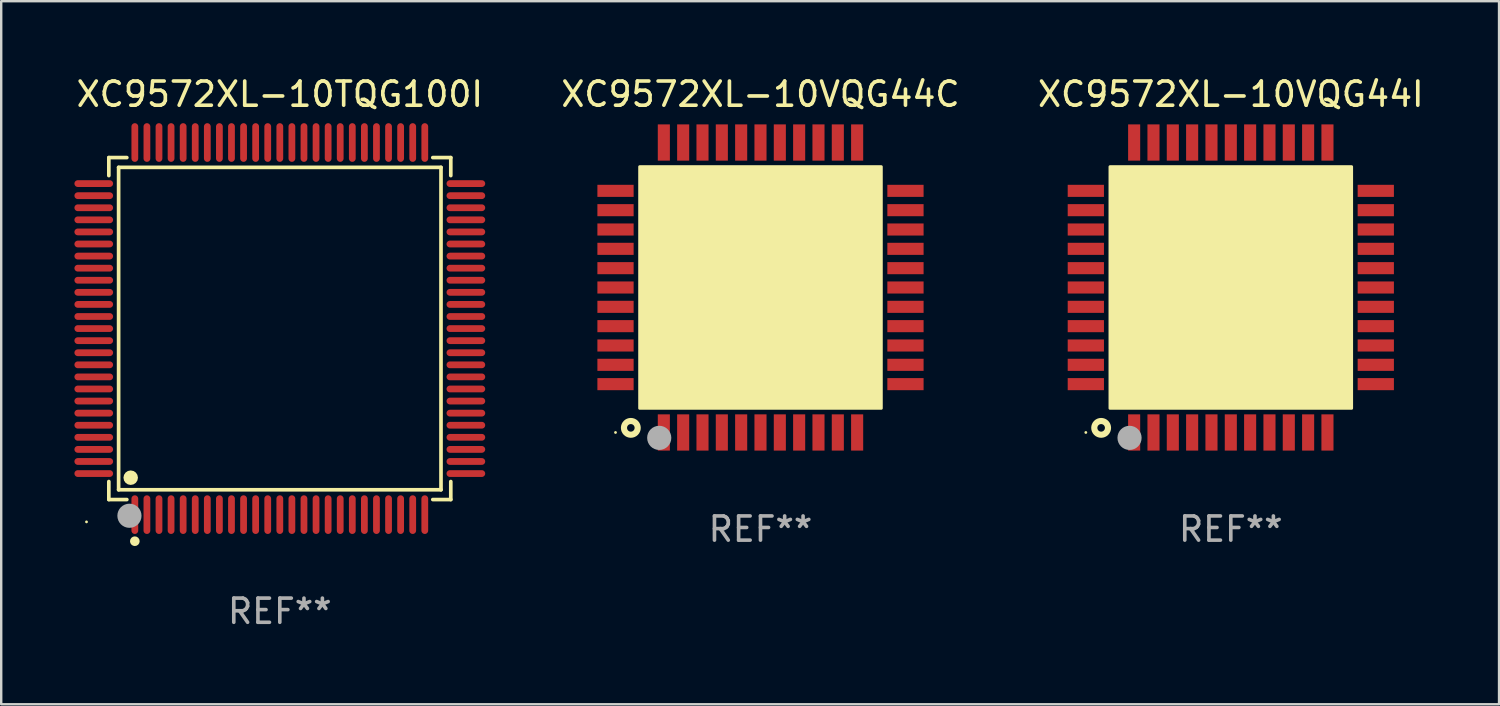
<source format=kicad_pcb>
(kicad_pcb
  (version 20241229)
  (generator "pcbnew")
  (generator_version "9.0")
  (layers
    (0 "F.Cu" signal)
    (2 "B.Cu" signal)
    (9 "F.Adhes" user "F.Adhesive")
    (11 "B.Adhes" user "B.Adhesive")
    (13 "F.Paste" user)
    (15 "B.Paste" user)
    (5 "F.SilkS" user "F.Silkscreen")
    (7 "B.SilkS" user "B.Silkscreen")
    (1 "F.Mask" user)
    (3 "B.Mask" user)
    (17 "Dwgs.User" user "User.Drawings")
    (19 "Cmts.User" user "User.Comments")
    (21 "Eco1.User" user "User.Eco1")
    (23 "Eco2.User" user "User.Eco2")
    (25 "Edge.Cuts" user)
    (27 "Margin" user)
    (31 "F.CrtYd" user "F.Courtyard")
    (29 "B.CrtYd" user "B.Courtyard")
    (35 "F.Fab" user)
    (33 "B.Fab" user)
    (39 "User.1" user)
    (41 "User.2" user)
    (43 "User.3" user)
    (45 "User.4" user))
  (footprint "XC9572XL-10VQG44C"
    (layer "F.Cu")
    (at 28.423 8.848)
    (property "Reference" "XC9572XL-10VQG44C" (at 0 -8 0) (layer "F.SilkS") (effects (font (size 1 1) (thickness 0.15))))
    (attr through_hole)
    (fp_circle (center -6 6) (end -5.97 6) (stroke (width 0.06) (type solid)) (fill no) (layer "F.SilkS"))
    (fp_circle (center -5.366 5.809) (end -5.082 5.809) (stroke (width 0.254) (type solid)) (fill no) (layer "F.SilkS"))
    (fp_poly (pts (xy -5 -5) (xy 5 -5) (xy 5 5) (xy -5 5)) (stroke (width 0.12) (type solid)) (fill yes) (layer "F.SilkS"))
    (fp_circle (center -4.191 6.223) (end -3.941 6.223) (stroke (width 0.5) (type solid)) (fill no) (layer "F.Fab"))
    (fp_text user "REF**" (at 0 10 0) (layer "F.Fab") (effects (font (size 1 1) (thickness 0.15))))
    (pad "1" smd rect (at -4 6 90) (size 1.5 0.5) (layers "F.Cu" "F.Mask" "F.Paste"))
    (pad "2" smd rect (at -3.2 6 90) (size 1.5 0.5) (layers "F.Cu" "F.Mask" "F.Paste"))
    (pad "3" smd rect (at -2.4 6 90) (size 1.5 0.5) (layers "F.Cu" "F.Mask" "F.Paste"))
    (pad "4" smd rect (at -1.6 6 90) (size 1.5 0.5) (layers "F.Cu" "F.Mask" "F.Paste"))
    (pad "5" smd rect (at -0.8 6 90) (size 1.5 0.5) (layers "F.Cu" "F.Mask" "F.Paste"))
    (pad "6" smd rect (at 0 6 90) (size 1.5 0.5) (layers "F.Cu" "F.Mask" "F.Paste"))
    (pad "7" smd rect (at 0.8 6 90) (size 1.5 0.5) (layers "F.Cu" "F.Mask" "F.Paste"))
    (pad "8" smd rect (at 1.6 6 90) (size 1.5 0.5) (layers "F.Cu" "F.Mask" "F.Paste"))
    (pad "9" smd rect (at 2.4 6 90) (size 1.5 0.5) (layers "F.Cu" "F.Mask" "F.Paste"))
    (pad "10" smd rect (at 3.2 6 90) (size 1.5 0.5) (layers "F.Cu" "F.Mask" "F.Paste"))
    (pad "11" smd rect (at 4 6 90) (size 1.5 0.5) (layers "F.Cu" "F.Mask" "F.Paste"))
    (pad "12" smd rect (at 6 4 180) (size 1.5 0.5) (layers "F.Cu" "F.Mask" "F.Paste"))
    (pad "13" smd rect (at 6 3.2 180) (size 1.5 0.5) (layers "F.Cu" "F.Mask" "F.Paste"))
    (pad "14" smd rect (at 6 2.4 180) (size 1.5 0.5) (layers "F.Cu" "F.Mask" "F.Paste"))
    (pad "15" smd rect (at 6 1.6 180) (size 1.5 0.5) (layers "F.Cu" "F.Mask" "F.Paste"))
    (pad "16" smd rect (at 6 0.8 180) (size 1.5 0.5) (layers "F.Cu" "F.Mask" "F.Paste"))
    (pad "17" smd rect (at 6 0 180) (size 1.5 0.5) (layers "F.Cu" "F.Mask" "F.Paste"))
    (pad "18" smd rect (at 6 -0.8 180) (size 1.5 0.5) (layers "F.Cu" "F.Mask" "F.Paste"))
    (pad "19" smd rect (at 6 -1.6 180) (size 1.5 0.5) (layers "F.Cu" "F.Mask" "F.Paste"))
    (pad "20" smd rect (at 6 -2.4 180) (size 1.5 0.5) (layers "F.Cu" "F.Mask" "F.Paste"))
    (pad "21" smd rect (at 6 -3.2 180) (size 1.5 0.5) (layers "F.Cu" "F.Mask" "F.Paste"))
    (pad "22" smd rect (at 6 -4 180) (size 1.5 0.5) (layers "F.Cu" "F.Mask" "F.Paste"))
    (pad "23" smd rect (at 4 -6 270) (size 1.5 0.5) (layers "F.Cu" "F.Mask" "F.Paste"))
    (pad "24" smd rect (at 3.2 -6 270) (size 1.5 0.5) (layers "F.Cu" "F.Mask" "F.Paste"))
    (pad "25" smd rect (at 2.4 -6 270) (size 1.5 0.5) (layers "F.Cu" "F.Mask" "F.Paste"))
    (pad "26" smd rect (at 1.6 -6 270) (size 1.5 0.5) (layers "F.Cu" "F.Mask" "F.Paste"))
    (pad "27" smd rect (at 0.8 -6 270) (size 1.5 0.5) (layers "F.Cu" "F.Mask" "F.Paste"))
    (pad "28" smd rect (at 0 -6 270) (size 1.5 0.5) (layers "F.Cu" "F.Mask" "F.Paste"))
    (pad "29" smd rect (at -0.8 -6 270) (size 1.5 0.5) (layers "F.Cu" "F.Mask" "F.Paste"))
    (pad "30" smd rect (at -1.6 -6 270) (size 1.5 0.5) (layers "F.Cu" "F.Mask" "F.Paste"))
    (pad "31" smd rect (at -2.4 -6 270) (size 1.5 0.5) (layers "F.Cu" "F.Mask" "F.Paste"))
    (pad "32" smd rect (at -3.2 -6 270) (size 1.5 0.5) (layers "F.Cu" "F.Mask" "F.Paste"))
    (pad "33" smd rect (at -4 -6 270) (size 1.5 0.5) (layers "F.Cu" "F.Mask" "F.Paste"))
    (pad "34" smd rect (at -6 -4) (size 1.5 0.5) (layers "F.Cu" "F.Mask" "F.Paste"))
    (pad "35" smd rect (at -6 -3.2) (size 1.5 0.5) (layers "F.Cu" "F.Mask" "F.Paste"))
    (pad "36" smd rect (at -6 -2.4) (size 1.5 0.5) (layers "F.Cu" "F.Mask" "F.Paste"))
    (pad "37" smd rect (at -6 -1.6) (size 1.5 0.5) (layers "F.Cu" "F.Mask" "F.Paste"))
    (pad "38" smd rect (at -6 -0.8) (size 1.5 0.5) (layers "F.Cu" "F.Mask" "F.Paste"))
    (pad "39" smd rect (at -6 0) (size 1.5 0.5) (layers "F.Cu" "F.Mask" "F.Paste"))
    (pad "40" smd rect (at -6 0.8) (size 1.5 0.5) (layers "F.Cu" "F.Mask" "F.Paste"))
    (pad "41" smd rect (at -6 1.6) (size 1.5 0.5) (layers "F.Cu" "F.Mask" "F.Paste"))
    (pad "42" smd rect (at -6 2.4) (size 1.5 0.5) (layers "F.Cu" "F.Mask" "F.Paste"))
    (pad "43" smd rect (at -6 3.2) (size 1.5 0.5) (layers "F.Cu" "F.Mask" "F.Paste"))
    (pad "44" smd rect (at -6 4) (size 1.5 0.5) (layers "F.Cu" "F.Mask" "F.Paste")))
  (footprint "XC9572XL-10TQG100I"
    (layer "F.Cu")
    (at 8.53 10.548)
    (property "Reference" "XC9572XL-10TQG100I" (at 0 -9.7 0) (layer "F.SilkS") (effects (font (size 1 1) (thickness 0.15))))
    (attr through_hole)
    (fp_line (start -7.076 -7.076) (end -6.331 -7.076) (stroke (width 0.152) (type solid)) (layer "F.SilkS"))
    (fp_line (start -7.076 -6.331) (end -7.076 -7.076) (stroke (width 0.152) (type solid)) (layer "F.SilkS"))
    (fp_line (start -7.076 6.331) (end -7.076 7.076) (stroke (width 0.152) (type solid)) (layer "F.SilkS"))
    (fp_line (start -7.076 7.076) (end -6.331 7.076) (stroke (width 0.152) (type solid)) (layer "F.SilkS"))
    (fp_line (start -6.671 -6.671) (end 6.671 -6.671) (stroke (width 0.152) (type solid)) (layer "F.SilkS"))
    (fp_line (start -6.671 6.671) (end -6.671 -6.671) (stroke (width 0.152) (type solid)) (layer "F.SilkS"))
    (fp_line (start 6.671 -6.671) (end 6.671 6.671) (stroke (width 0.152) (type solid)) (layer "F.SilkS"))
    (fp_line (start 6.671 6.671) (end -6.671 6.671) (stroke (width 0.152) (type solid)) (layer "F.SilkS"))
    (fp_line (start 7.076 -7.076) (end 6.331 -7.076) (stroke (width 0.152) (type solid)) (layer "F.SilkS"))
    (fp_line (start 7.076 -6.331) (end 7.076 -7.076) (stroke (width 0.152) (type solid)) (layer "F.SilkS"))
    (fp_line (start 7.076 6.331) (end 7.076 7.076) (stroke (width 0.152) (type solid)) (layer "F.SilkS"))
    (fp_line (start 7.076 7.076) (end 6.331 7.076) (stroke (width 0.152) (type solid)) (layer "F.SilkS"))
    (fp_circle (center -8 8) (end -7.97 8) (stroke (width 0.06) (type solid)) (fill no) (layer "F.SilkS"))
    (fp_circle (center -6.171 6.171) (end -6.021 6.171) (stroke (width 0.3) (type solid)) (fill no) (layer "F.SilkS"))
    (fp_circle (center -6 8.8) (end -5.9 8.8) (stroke (width 0.2) (type solid)) (fill no) (layer "F.SilkS"))
    (fp_circle (center -6.223 7.747) (end -5.973 7.747) (stroke (width 0.5) (type solid)) (fill no) (layer "F.Fab"))
    (fp_text user "REF**" (at 0 11.7 0) (layer "F.Fab") (effects (font (size 1 1) (thickness 0.15))))
    (pad "1" smd oval (at -6 7.7) (size 0.28 1.6) (layers "F.Cu" "F.Mask" "F.Paste"))
    (pad "2" smd oval (at -5.5 7.7) (size 0.28 1.6) (layers "F.Cu" "F.Mask" "F.Paste"))
    (pad "3" smd oval (at -5 7.7) (size 0.28 1.6) (layers "F.Cu" "F.Mask" "F.Paste"))
    (pad "4" smd oval (at -4.5 7.7) (size 0.28 1.6) (layers "F.Cu" "F.Mask" "F.Paste"))
    (pad "5" smd oval (at -4 7.7) (size 0.28 1.6) (layers "F.Cu" "F.Mask" "F.Paste"))
    (pad "6" smd oval (at -3.5 7.7) (size 0.28 1.6) (layers "F.Cu" "F.Mask" "F.Paste"))
    (pad "7" smd oval (at -3 7.7) (size 0.28 1.6) (layers "F.Cu" "F.Mask" "F.Paste"))
    (pad "8" smd oval (at -2.5 7.7) (size 0.28 1.6) (layers "F.Cu" "F.Mask" "F.Paste"))
    (pad "9" smd oval (at -2 7.7) (size 0.28 1.6) (layers "F.Cu" "F.Mask" "F.Paste"))
    (pad "10" smd oval (at -1.5 7.7) (size 0.28 1.6) (layers "F.Cu" "F.Mask" "F.Paste"))
    (pad "11" smd oval (at -1 7.7) (size 0.28 1.6) (layers "F.Cu" "F.Mask" "F.Paste"))
    (pad "12" smd oval (at -0.5 7.7) (size 0.28 1.6) (layers "F.Cu" "F.Mask" "F.Paste"))
    (pad "13" smd oval (at 0 7.7) (size 0.28 1.6) (layers "F.Cu" "F.Mask" "F.Paste"))
    (pad "14" smd oval (at 0.5 7.7) (size 0.28 1.6) (layers "F.Cu" "F.Mask" "F.Paste"))
    (pad "15" smd oval (at 1 7.7) (size 0.28 1.6) (layers "F.Cu" "F.Mask" "F.Paste"))
    (pad "16" smd oval (at 1.5 7.7) (size 0.28 1.6) (layers "F.Cu" "F.Mask" "F.Paste"))
    (pad "17" smd oval (at 2 7.7) (size 0.28 1.6) (layers "F.Cu" "F.Mask" "F.Paste"))
    (pad "18" smd oval (at 2.5 7.7) (size 0.28 1.6) (layers "F.Cu" "F.Mask" "F.Paste"))
    (pad "19" smd oval (at 3 7.7) (size 0.28 1.6) (layers "F.Cu" "F.Mask" "F.Paste"))
    (pad "20" smd oval (at 3.5 7.7) (size 0.28 1.6) (layers "F.Cu" "F.Mask" "F.Paste"))
    (pad "21" smd oval (at 4 7.7) (size 0.28 1.6) (layers "F.Cu" "F.Mask" "F.Paste"))
    (pad "22" smd oval (at 4.5 7.7) (size 0.28 1.6) (layers "F.Cu" "F.Mask" "F.Paste"))
    (pad "23" smd oval (at 5 7.7) (size 0.28 1.6) (layers "F.Cu" "F.Mask" "F.Paste"))
    (pad "24" smd oval (at 5.5 7.7) (size 0.28 1.6) (layers "F.Cu" "F.Mask" "F.Paste"))
    (pad "25" smd oval (at 6 7.7) (size 0.28 1.6) (layers "F.Cu" "F.Mask" "F.Paste"))
    (pad "26" smd oval (at 7.7 6) (size 1.6 0.28) (layers "F.Cu" "F.Mask" "F.Paste"))
    (pad "27" smd oval (at 7.7 5.5) (size 1.6 0.28) (layers "F.Cu" "F.Mask" "F.Paste"))
    (pad "28" smd oval (at 7.7 5) (size 1.6 0.28) (layers "F.Cu" "F.Mask" "F.Paste"))
    (pad "29" smd oval (at 7.7 4.5) (size 1.6 0.28) (layers "F.Cu" "F.Mask" "F.Paste"))
    (pad "30" smd oval (at 7.7 4) (size 1.6 0.28) (layers "F.Cu" "F.Mask" "F.Paste"))
    (pad "31" smd oval (at 7.7 3.5) (size 1.6 0.28) (layers "F.Cu" "F.Mask" "F.Paste"))
    (pad "32" smd oval (at 7.7 3) (size 1.6 0.28) (layers "F.Cu" "F.Mask" "F.Paste"))
    (pad "33" smd oval (at 7.7 2.5) (size 1.6 0.28) (layers "F.Cu" "F.Mask" "F.Paste"))
    (pad "34" smd oval (at 7.7 2) (size 1.6 0.28) (layers "F.Cu" "F.Mask" "F.Paste"))
    (pad "35" smd oval (at 7.7 1.5) (size 1.6 0.28) (layers "F.Cu" "F.Mask" "F.Paste"))
    (pad "36" smd oval (at 7.7 1) (size 1.6 0.28) (layers "F.Cu" "F.Mask" "F.Paste"))
    (pad "37" smd oval (at 7.7 0.5) (size 1.6 0.28) (layers "F.Cu" "F.Mask" "F.Paste"))
    (pad "38" smd oval (at 7.7 0) (size 1.6 0.28) (layers "F.Cu" "F.Mask" "F.Paste"))
    (pad "39" smd oval (at 7.7 -0.5) (size 1.6 0.28) (layers "F.Cu" "F.Mask" "F.Paste"))
    (pad "40" smd oval (at 7.7 -1) (size 1.6 0.28) (layers "F.Cu" "F.Mask" "F.Paste"))
    (pad "41" smd oval (at 7.7 -1.5) (size 1.6 0.28) (layers "F.Cu" "F.Mask" "F.Paste"))
    (pad "42" smd oval (at 7.7 -2) (size 1.6 0.28) (layers "F.Cu" "F.Mask" "F.Paste"))
    (pad "43" smd oval (at 7.7 -2.5) (size 1.6 0.28) (layers "F.Cu" "F.Mask" "F.Paste"))
    (pad "44" smd oval (at 7.7 -3) (size 1.6 0.28) (layers "F.Cu" "F.Mask" "F.Paste"))
    (pad "45" smd oval (at 7.7 -3.5) (size 1.6 0.28) (layers "F.Cu" "F.Mask" "F.Paste"))
    (pad "46" smd oval (at 7.7 -4) (size 1.6 0.28) (layers "F.Cu" "F.Mask" "F.Paste"))
    (pad "47" smd oval (at 7.7 -4.5) (size 1.6 0.28) (layers "F.Cu" "F.Mask" "F.Paste"))
    (pad "48" smd oval (at 7.7 -5) (size 1.6 0.28) (layers "F.Cu" "F.Mask" "F.Paste"))
    (pad "49" smd oval (at 7.7 -5.5) (size 1.6 0.28) (layers "F.Cu" "F.Mask" "F.Paste"))
    (pad "50" smd oval (at 7.7 -6) (size 1.6 0.28) (layers "F.Cu" "F.Mask" "F.Paste"))
    (pad "51" smd oval (at 6 -7.7) (size 0.28 1.6) (layers "F.Cu" "F.Mask" "F.Paste"))
    (pad "52" smd oval (at 5.5 -7.7) (size 0.28 1.6) (layers "F.Cu" "F.Mask" "F.Paste"))
    (pad "53" smd oval (at 5 -7.7) (size 0.28 1.6) (layers "F.Cu" "F.Mask" "F.Paste"))
    (pad "54" smd oval (at 4.5 -7.7) (size 0.28 1.6) (layers "F.Cu" "F.Mask" "F.Paste"))
    (pad "55" smd oval (at 4 -7.7) (size 0.28 1.6) (layers "F.Cu" "F.Mask" "F.Paste"))
    (pad "56" smd oval (at 3.5 -7.7) (size 0.28 1.6) (layers "F.Cu" "F.Mask" "F.Paste"))
    (pad "57" smd oval (at 3 -7.7) (size 0.28 1.6) (layers "F.Cu" "F.Mask" "F.Paste"))
    (pad "58" smd oval (at 2.5 -7.7) (size 0.28 1.6) (layers "F.Cu" "F.Mask" "F.Paste"))
    (pad "59" smd oval (at 2 -7.7) (size 0.28 1.6) (layers "F.Cu" "F.Mask" "F.Paste"))
    (pad "60" smd oval (at 1.5 -7.7) (size 0.28 1.6) (layers "F.Cu" "F.Mask" "F.Paste"))
    (pad "61" smd oval (at 1 -7.7) (size 0.28 1.6) (layers "F.Cu" "F.Mask" "F.Paste"))
    (pad "62" smd oval (at 0.5 -7.7) (size 0.28 1.6) (layers "F.Cu" "F.Mask" "F.Paste"))
    (pad "63" smd oval (at 0 -7.7) (size 0.28 1.6) (layers "F.Cu" "F.Mask" "F.Paste"))
    (pad "64" smd oval (at -0.5 -7.7) (size 0.28 1.6) (layers "F.Cu" "F.Mask" "F.Paste"))
    (pad "65" smd oval (at -1 -7.7) (size 0.28 1.6) (layers "F.Cu" "F.Mask" "F.Paste"))
    (pad "66" smd oval (at -1.5 -7.7) (size 0.28 1.6) (layers "F.Cu" "F.Mask" "F.Paste"))
    (pad "67" smd oval (at -2 -7.7) (size 0.28 1.6) (layers "F.Cu" "F.Mask" "F.Paste"))
    (pad "68" smd oval (at -2.5 -7.7) (size 0.28 1.6) (layers "F.Cu" "F.Mask" "F.Paste"))
    (pad "69" smd oval (at -3 -7.7) (size 0.28 1.6) (layers "F.Cu" "F.Mask" "F.Paste"))
    (pad "70" smd oval (at -3.5 -7.7) (size 0.28 1.6) (layers "F.Cu" "F.Mask" "F.Paste"))
    (pad "71" smd oval (at -4 -7.7) (size 0.28 1.6) (layers "F.Cu" "F.Mask" "F.Paste"))
    (pad "72" smd oval (at -4.5 -7.7) (size 0.28 1.6) (layers "F.Cu" "F.Mask" "F.Paste"))
    (pad "73" smd oval (at -5 -7.7) (size 0.28 1.6) (layers "F.Cu" "F.Mask" "F.Paste"))
    (pad "74" smd oval (at -5.5 -7.7) (size 0.28 1.6) (layers "F.Cu" "F.Mask" "F.Paste"))
    (pad "75" smd oval (at -6 -7.7) (size 0.28 1.6) (layers "F.Cu" "F.Mask" "F.Paste"))
    (pad "76" smd oval (at -7.7 -6) (size 1.6 0.28) (layers "F.Cu" "F.Mask" "F.Paste"))
    (pad "77" smd oval (at -7.7 -5.5) (size 1.6 0.28) (layers "F.Cu" "F.Mask" "F.Paste"))
    (pad "78" smd oval (at -7.7 -5) (size 1.6 0.28) (layers "F.Cu" "F.Mask" "F.Paste"))
    (pad "79" smd oval (at -7.7 -4.5) (size 1.6 0.28) (layers "F.Cu" "F.Mask" "F.Paste"))
    (pad "80" smd oval (at -7.7 -4) (size 1.6 0.28) (layers "F.Cu" "F.Mask" "F.Paste"))
    (pad "81" smd oval (at -7.7 -3.5) (size 1.6 0.28) (layers "F.Cu" "F.Mask" "F.Paste"))
    (pad "82" smd oval (at -7.7 -3) (size 1.6 0.28) (layers "F.Cu" "F.Mask" "F.Paste"))
    (pad "83" smd oval (at -7.7 -2.5) (size 1.6 0.28) (layers "F.Cu" "F.Mask" "F.Paste"))
    (pad "84" smd oval (at -7.7 -2) (size 1.6 0.28) (layers "F.Cu" "F.Mask" "F.Paste"))
    (pad "85" smd oval (at -7.7 -1.5) (size 1.6 0.28) (layers "F.Cu" "F.Mask" "F.Paste"))
    (pad "86" smd oval (at -7.7 -1) (size 1.6 0.28) (layers "F.Cu" "F.Mask" "F.Paste"))
    (pad "87" smd oval (at -7.7 -0.5) (size 1.6 0.28) (layers "F.Cu" "F.Mask" "F.Paste"))
    (pad "88" smd oval (at -7.7 0) (size 1.6 0.28) (layers "F.Cu" "F.Mask" "F.Paste"))
    (pad "89" smd oval (at -7.7 0.5) (size 1.6 0.28) (layers "F.Cu" "F.Mask" "F.Paste"))
    (pad "90" smd oval (at -7.7 1) (size 1.6 0.28) (layers "F.Cu" "F.Mask" "F.Paste"))
    (pad "91" smd oval (at -7.7 1.5) (size 1.6 0.28) (layers "F.Cu" "F.Mask" "F.Paste"))
    (pad "92" smd oval (at -7.7 2) (size 1.6 0.28) (layers "F.Cu" "F.Mask" "F.Paste"))
    (pad "93" smd oval (at -7.7 2.5) (size 1.6 0.28) (layers "F.Cu" "F.Mask" "F.Paste"))
    (pad "94" smd oval (at -7.7 3) (size 1.6 0.28) (layers "F.Cu" "F.Mask" "F.Paste"))
    (pad "95" smd oval (at -7.7 3.5) (size 1.6 0.28) (layers "F.Cu" "F.Mask" "F.Paste"))
    (pad "96" smd oval (at -7.7 4) (size 1.6 0.28) (layers "F.Cu" "F.Mask" "F.Paste"))
    (pad "97" smd oval (at -7.7 4.5) (size 1.6 0.28) (layers "F.Cu" "F.Mask" "F.Paste"))
    (pad "98" smd oval (at -7.7 5) (size 1.6 0.28) (layers "F.Cu" "F.Mask" "F.Paste"))
    (pad "99" smd oval (at -7.7 5.5) (size 1.6 0.28) (layers "F.Cu" "F.Mask" "F.Paste"))
    (pad "100" smd oval (at -7.7 6) (size 1.6 0.28) (layers "F.Cu" "F.Mask" "F.Paste")))
  (footprint "XC9572XL-10VQG44I"
    (layer "F.Cu")
    (at 47.887 8.848)
    (property "Reference" "XC9572XL-10VQG44I" (at 0 -8 0) (layer "F.SilkS") (effects (font (size 1 1) (thickness 0.15))))
    (attr through_hole)
    (fp_circle (center -6 6) (end -5.97 6) (stroke (width 0.06) (type solid)) (fill no) (layer "F.SilkS"))
    (fp_circle (center -5.366 5.809) (end -5.082 5.809) (stroke (width 0.254) (type solid)) (fill no) (layer "F.SilkS"))
    (fp_poly (pts (xy -5 -5) (xy 5 -5) (xy 5 5) (xy -5 5)) (stroke (width 0.12) (type solid)) (fill yes) (layer "F.SilkS"))
    (fp_circle (center -4.191 6.223) (end -3.941 6.223) (stroke (width 0.5) (type solid)) (fill no) (layer "F.Fab"))
    (fp_text user "REF**" (at 0 10 0) (layer "F.Fab") (effects (font (size 1 1) (thickness 0.15))))
    (pad "1" smd rect (at -4 6 90) (size 1.5 0.5) (layers "F.Cu" "F.Mask" "F.Paste"))
    (pad "2" smd rect (at -3.2 6 90) (size 1.5 0.5) (layers "F.Cu" "F.Mask" "F.Paste"))
    (pad "3" smd rect (at -2.4 6 90) (size 1.5 0.5) (layers "F.Cu" "F.Mask" "F.Paste"))
    (pad "4" smd rect (at -1.6 6 90) (size 1.5 0.5) (layers "F.Cu" "F.Mask" "F.Paste"))
    (pad "5" smd rect (at -0.8 6 90) (size 1.5 0.5) (layers "F.Cu" "F.Mask" "F.Paste"))
    (pad "6" smd rect (at 0 6 90) (size 1.5 0.5) (layers "F.Cu" "F.Mask" "F.Paste"))
    (pad "7" smd rect (at 0.8 6 90) (size 1.5 0.5) (layers "F.Cu" "F.Mask" "F.Paste"))
    (pad "8" smd rect (at 1.6 6 90) (size 1.5 0.5) (layers "F.Cu" "F.Mask" "F.Paste"))
    (pad "9" smd rect (at 2.4 6 90) (size 1.5 0.5) (layers "F.Cu" "F.Mask" "F.Paste"))
    (pad "10" smd rect (at 3.2 6 90) (size 1.5 0.5) (layers "F.Cu" "F.Mask" "F.Paste"))
    (pad "11" smd rect (at 4 6 90) (size 1.5 0.5) (layers "F.Cu" "F.Mask" "F.Paste"))
    (pad "12" smd rect (at 6 4 180) (size 1.5 0.5) (layers "F.Cu" "F.Mask" "F.Paste"))
    (pad "13" smd rect (at 6 3.2 180) (size 1.5 0.5) (layers "F.Cu" "F.Mask" "F.Paste"))
    (pad "14" smd rect (at 6 2.4 180) (size 1.5 0.5) (layers "F.Cu" "F.Mask" "F.Paste"))
    (pad "15" smd rect (at 6 1.6 180) (size 1.5 0.5) (layers "F.Cu" "F.Mask" "F.Paste"))
    (pad "16" smd rect (at 6 0.8 180) (size 1.5 0.5) (layers "F.Cu" "F.Mask" "F.Paste"))
    (pad "17" smd rect (at 6 0 180) (size 1.5 0.5) (layers "F.Cu" "F.Mask" "F.Paste"))
    (pad "18" smd rect (at 6 -0.8 180) (size 1.5 0.5) (layers "F.Cu" "F.Mask" "F.Paste"))
    (pad "19" smd rect (at 6 -1.6 180) (size 1.5 0.5) (layers "F.Cu" "F.Mask" "F.Paste"))
    (pad "20" smd rect (at 6 -2.4 180) (size 1.5 0.5) (layers "F.Cu" "F.Mask" "F.Paste"))
    (pad "21" smd rect (at 6 -3.2 180) (size 1.5 0.5) (layers "F.Cu" "F.Mask" "F.Paste"))
    (pad "22" smd rect (at 6 -4 180) (size 1.5 0.5) (layers "F.Cu" "F.Mask" "F.Paste"))
    (pad "23" smd rect (at 4 -6 270) (size 1.5 0.5) (layers "F.Cu" "F.Mask" "F.Paste"))
    (pad "24" smd rect (at 3.2 -6 270) (size 1.5 0.5) (layers "F.Cu" "F.Mask" "F.Paste"))
    (pad "25" smd rect (at 2.4 -6 270) (size 1.5 0.5) (layers "F.Cu" "F.Mask" "F.Paste"))
    (pad "26" smd rect (at 1.6 -6 270) (size 1.5 0.5) (layers "F.Cu" "F.Mask" "F.Paste"))
    (pad "27" smd rect (at 0.8 -6 270) (size 1.5 0.5) (layers "F.Cu" "F.Mask" "F.Paste"))
    (pad "28" smd rect (at 0 -6 270) (size 1.5 0.5) (layers "F.Cu" "F.Mask" "F.Paste"))
    (pad "29" smd rect (at -0.8 -6 270) (size 1.5 0.5) (layers "F.Cu" "F.Mask" "F.Paste"))
    (pad "30" smd rect (at -1.6 -6 270) (size 1.5 0.5) (layers "F.Cu" "F.Mask" "F.Paste"))
    (pad "31" smd rect (at -2.4 -6 270) (size 1.5 0.5) (layers "F.Cu" "F.Mask" "F.Paste"))
    (pad "32" smd rect (at -3.2 -6 270) (size 1.5 0.5) (layers "F.Cu" "F.Mask" "F.Paste"))
    (pad "33" smd rect (at -4 -6 270) (size 1.5 0.5) (layers "F.Cu" "F.Mask" "F.Paste"))
    (pad "34" smd rect (at -6 -4) (size 1.5 0.5) (layers "F.Cu" "F.Mask" "F.Paste"))
    (pad "35" smd rect (at -6 -3.2) (size 1.5 0.5) (layers "F.Cu" "F.Mask" "F.Paste"))
    (pad "36" smd rect (at -6 -2.4) (size 1.5 0.5) (layers "F.Cu" "F.Mask" "F.Paste"))
    (pad "37" smd rect (at -6 -1.6) (size 1.5 0.5) (layers "F.Cu" "F.Mask" "F.Paste"))
    (pad "38" smd rect (at -6 -0.8) (size 1.5 0.5) (layers "F.Cu" "F.Mask" "F.Paste"))
    (pad "39" smd rect (at -6 0) (size 1.5 0.5) (layers "F.Cu" "F.Mask" "F.Paste"))
    (pad "40" smd rect (at -6 0.8) (size 1.5 0.5) (layers "F.Cu" "F.Mask" "F.Paste"))
    (pad "41" smd rect (at -6 1.6) (size 1.5 0.5) (layers "F.Cu" "F.Mask" "F.Paste"))
    (pad "42" smd rect (at -6 2.4) (size 1.5 0.5) (layers "F.Cu" "F.Mask" "F.Paste"))
    (pad "43" smd rect (at -6 3.2) (size 1.5 0.5) (layers "F.Cu" "F.Mask" "F.Paste"))
    (pad "44" smd rect (at -6 4) (size 1.5 0.5) (layers "F.Cu" "F.Mask" "F.Paste")))
  (gr_rect
    (start -3 -3)
    (end 58.988 26.097)
    (stroke (width 0.1) (type default))
    (fill no)
    (layer "Edge.Cuts")))
</source>
